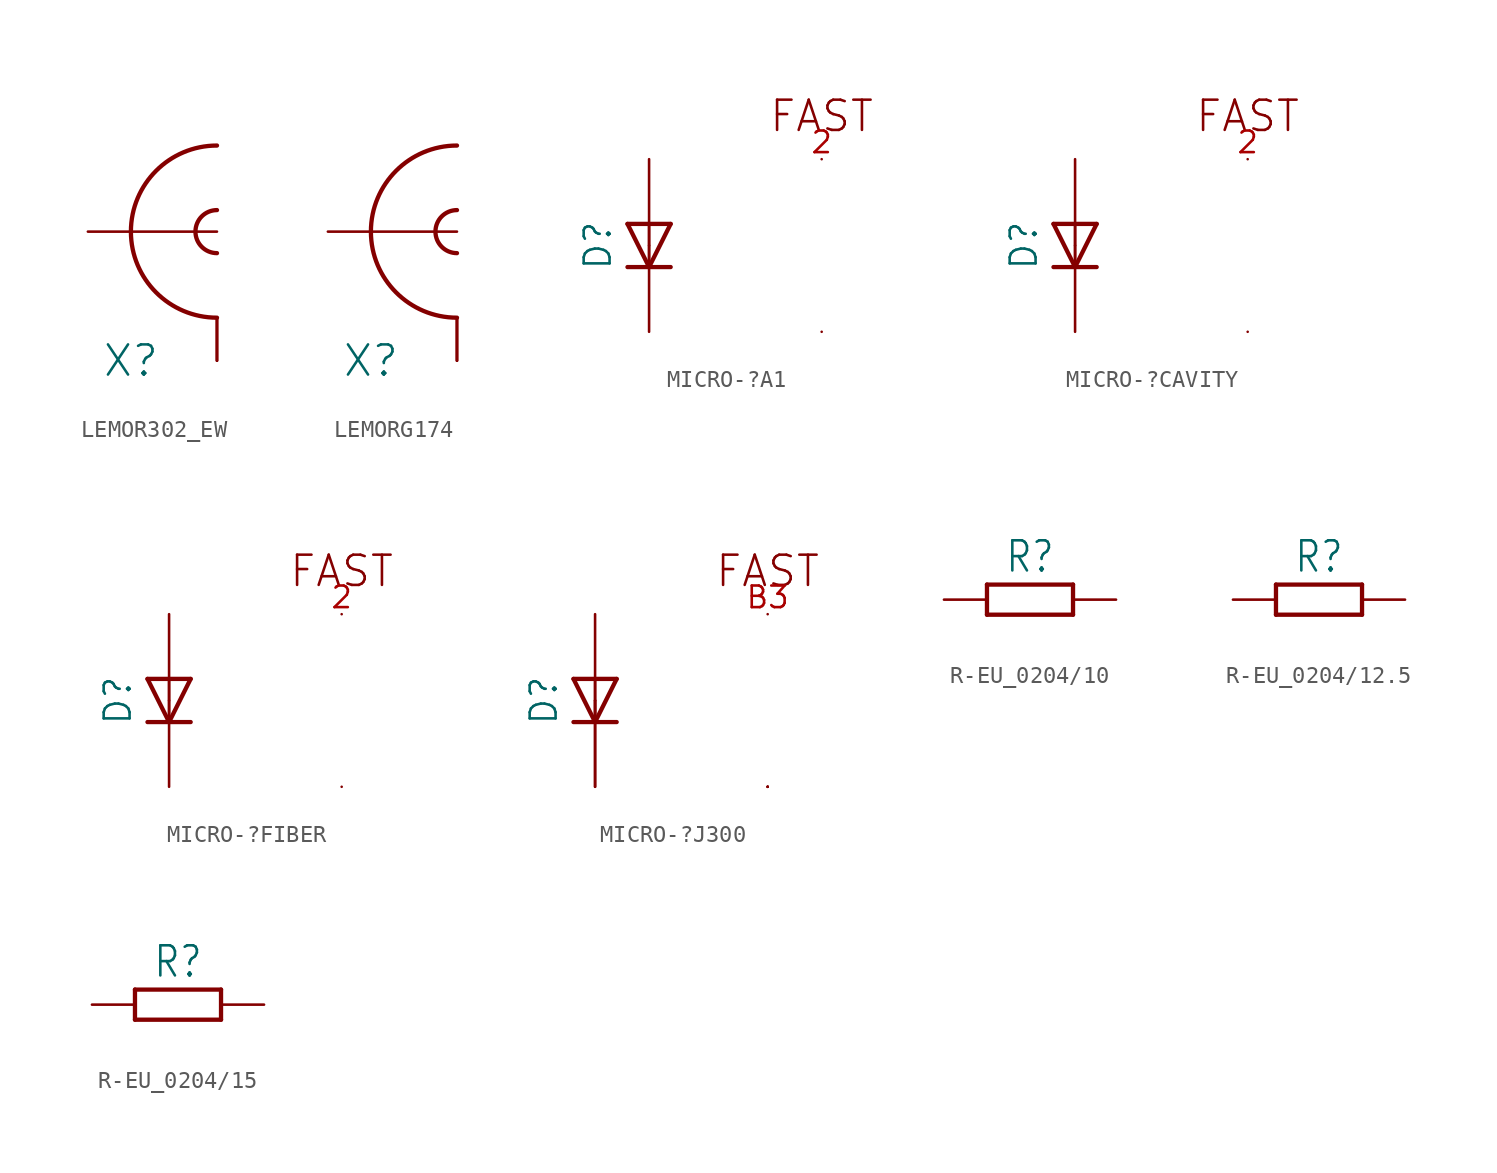
<source format=kicad_sym>
(kicad_symbol_lib
  (version 20231120)
  (generator "kicad_symbol_editor")
  (generator_version "8.0")
  (symbol "LEMOR302_EW"
    (property "Reference" "X"
      (at -2.54 -7.62 0)
      (effects (font (size 1.778 1.778))))
    (property "Value" ""
      (at 2.54 7.62 0)
      (effects (font (size 1.778 1.778))))
    (property "ki_locked" ""
      (at 0 0 0)
      (effects (font (size 1.27 1.27))))
    (symbol "LEMOR302_EW_1_0"
      (arc (start 2.54 1.27) (mid 1.27 0) (end 2.54 -1.27) (stroke (width 0.254) (type solid)) (fill (type none)))
      (arc (start 2.54 5.08) (mid -2.54 0) (end 2.54 -5.08) (stroke (width 0.254) (type solid)) (fill (type none)))
      (pin passive line (at -5.08 0 0) (length 7.62) (name "INNER" (effects (font (size 0 0)))) (number "1" (effects (font (size 0 0)))))
      (pin passive line (at 2.54 -7.62 90) (length 2.54) (name "SHIELD@2" (effects (font (size 0 0)))) (number "GND@1" (effects (font (size 0 0)))))
      (pin passive line (at 2.54 -7.62 90) (length 2.54) (name "SHIELD@2" (effects (font (size 0 0)))) (number "GND@2" (effects (font (size 0 0)))))
      (pin passive line (at 2.54 -7.62 90) (length 2.54) (name "SHIELD@2" (effects (font (size 0 0)))) (number "GND@3" (effects (font (size 0 0)))))))
  (symbol "LEMORG174"
    (property "Reference" "X"
      (at -2.54 -7.62 0)
      (effects (font (size 1.778 1.778))))
    (property "Value" ""
      (at 2.54 7.62 0)
      (effects (font (size 1.778 1.778))))
    (property "ki_locked" ""
      (at 0 0 0)
      (effects (font (size 1.27 1.27))))
    (symbol "LEMORG174_1_0"
      (arc (start 2.54 1.27) (mid 1.27 0) (end 2.54 -1.27) (stroke (width 0.254) (type solid)) (fill (type none)))
      (arc (start 2.54 5.08) (mid -2.54 0) (end 2.54 -5.08) (stroke (width 0.254) (type solid)) (fill (type none)))
      (pin passive line (at -5.08 0 0) (length 7.62) (name "INNER" (effects (font (size 0 0)))) (number "1" (effects (font (size 0 0)))))
      (pin passive line (at 2.54 -7.62 90) (length 2.54) (name "SHIELD@2" (effects (font (size 0 0)))) (number "P$1" (effects (font (size 0 0)))))
      (pin passive line (at 2.54 -7.62 90) (length 2.54) (name "SHIELD@2" (effects (font (size 0 0)))) (number "P$2" (effects (font (size 0 0)))))
      (pin passive line (at 2.54 -7.62 90) (length 2.54) (name "SHIELD@2" (effects (font (size 0 0)))) (number "SHIELD" (effects (font (size 0 0)))))))
  (symbol "MICRO-?A1"
    (property "Reference" "D"
      (at -3.023 0 90)
      (effects (font (size 1.524 1.524))))
    (property "Value" ""
      (at 4.597 0 90)
      (effects (font (size 1.524 1.524))))
    (property "ki_locked" ""
      (at 0 0 0)
      (effects (font (size 1.27 1.27))))
    (symbol "MICRO-?A1_1_0"
      (polyline (pts (xy -1.27 1.27) (xy 0 -1.27)) (stroke (width 0.254) (type solid)) (fill (type none)))
      (polyline (pts (xy 0 -1.27) (xy -1.27 -1.27)) (stroke (width 0.254) (type solid)) (fill (type none)))
      (polyline (pts (xy 0 -1.27) (xy 1.27 1.27)) (stroke (width 0.254) (type solid)) (fill (type none)))
      (polyline (pts (xy 0 1.27) (xy -1.27 1.27)) (stroke (width 0.254) (type solid)) (fill (type none)))
      (polyline (pts (xy 0 1.27) (xy 0 -1.27)) (stroke (width 0.152) (type solid)) (fill (type none)))
      (polyline (pts (xy 1.27 -1.27) (xy 0 -1.27)) (stroke (width 0.254) (type solid)) (fill (type none)))
      (polyline (pts (xy 1.27 1.27) (xy 0 1.27)) (stroke (width 0.254) (type solid)) (fill (type none)))
      (text "FAST" (at 10.16 7.62 0) (effects (font (size 1.778 1.778))))
      (pin passive line (at 0 5.08 270) (length 5.08) (name "A" (effects (font (size 0 0)))) (number "1" (effects (font (size 0 0)))))
      (pin passive line (at 10.16 5.08 0) (length 0) (name "FAST" (effects (font (size 0 0)))) (number "2" (effects (font (size 1.27 1.27)))))
      (pin passive line (at 0 -5.08 90) (length 5.08) (name "K" (effects (font (size 0 0)))) (number "3" (effects (font (size 0 0)))))
      (pin passive line (at 10.16 -5.08 0) (length 0) (name "NC" (effects (font (size 0 0)))) (number "4" (effects (font (size 0 0)))))))
  (symbol "MICRO-?CAVITY"
    (property "Reference" "D"
      (at -3.023 0 90)
      (effects (font (size 1.524 1.524))))
    (property "Value" ""
      (at 4.597 0 90)
      (effects (font (size 1.524 1.524))))
    (property "ki_locked" ""
      (at 0 0 0)
      (effects (font (size 1.27 1.27))))
    (symbol "MICRO-?CAVITY_1_0"
      (polyline (pts (xy -1.27 1.27) (xy 0 -1.27)) (stroke (width 0.254) (type solid)) (fill (type none)))
      (polyline (pts (xy 0 -1.27) (xy -1.27 -1.27)) (stroke (width 0.254) (type solid)) (fill (type none)))
      (polyline (pts (xy 0 -1.27) (xy 1.27 1.27)) (stroke (width 0.254) (type solid)) (fill (type none)))
      (polyline (pts (xy 0 1.27) (xy -1.27 1.27)) (stroke (width 0.254) (type solid)) (fill (type none)))
      (polyline (pts (xy 0 1.27) (xy 0 -1.27)) (stroke (width 0.152) (type solid)) (fill (type none)))
      (polyline (pts (xy 1.27 -1.27) (xy 0 -1.27)) (stroke (width 0.254) (type solid)) (fill (type none)))
      (polyline (pts (xy 1.27 1.27) (xy 0 1.27)) (stroke (width 0.254) (type solid)) (fill (type none)))
      (text "FAST" (at 10.16 7.62 0) (effects (font (size 1.778 1.778))))
      (pin passive line (at 0 5.08 270) (length 5.08) (name "A" (effects (font (size 0 0)))) (number "1" (effects (font (size 0 0)))))
      (pin passive line (at 10.16 5.08 0) (length 0) (name "FAST" (effects (font (size 0 0)))) (number "2" (effects (font (size 1.27 1.27)))))
      (pin passive line (at 0 -5.08 90) (length 5.08) (name "K" (effects (font (size 0 0)))) (number "3" (effects (font (size 0 0)))))
      (pin passive line (at 10.16 -5.08 0) (length 0) (name "NC" (effects (font (size 0 0)))) (number "4" (effects (font (size 0 0)))))))
  (symbol "MICRO-?FIBER"
    (property "Reference" "D"
      (at -3.023 0 90)
      (effects (font (size 1.524 1.524))))
    (property "Value" ""
      (at 4.597 0 90)
      (effects (font (size 1.524 1.524))))
    (property "ki_locked" ""
      (at 0 0 0)
      (effects (font (size 1.27 1.27))))
    (symbol "MICRO-?FIBER_1_0"
      (polyline (pts (xy -1.27 1.27) (xy 0 -1.27)) (stroke (width 0.254) (type solid)) (fill (type none)))
      (polyline (pts (xy 0 -1.27) (xy -1.27 -1.27)) (stroke (width 0.254) (type solid)) (fill (type none)))
      (polyline (pts (xy 0 -1.27) (xy 1.27 1.27)) (stroke (width 0.254) (type solid)) (fill (type none)))
      (polyline (pts (xy 0 1.27) (xy -1.27 1.27)) (stroke (width 0.254) (type solid)) (fill (type none)))
      (polyline (pts (xy 0 1.27) (xy 0 -1.27)) (stroke (width 0.152) (type solid)) (fill (type none)))
      (polyline (pts (xy 1.27 -1.27) (xy 0 -1.27)) (stroke (width 0.254) (type solid)) (fill (type none)))
      (polyline (pts (xy 1.27 1.27) (xy 0 1.27)) (stroke (width 0.254) (type solid)) (fill (type none)))
      (text "FAST" (at 10.16 7.62 0) (effects (font (size 1.778 1.778))))
      (pin passive line (at 0 5.08 270) (length 5.08) (name "A" (effects (font (size 0 0)))) (number "1" (effects (font (size 0 0)))))
      (pin passive line (at 10.16 5.08 0) (length 0) (name "FAST" (effects (font (size 0 0)))) (number "2" (effects (font (size 1.27 1.27)))))
      (pin passive line (at 0 -5.08 90) (length 5.08) (name "K" (effects (font (size 0 0)))) (number "3" (effects (font (size 0 0)))))
      (pin passive line (at 10.16 -5.08 0) (length 0) (name "NC" (effects (font (size 0 0)))) (number "4" (effects (font (size 0 0)))))))
  (symbol "MICRO-?J300"
    (property "Reference" "D"
      (at -3.023 0 90)
      (effects (font (size 1.524 1.524))))
    (property "Value" ""
      (at 4.597 0 90)
      (effects (font (size 1.524 1.524))))
    (property "ki_locked" ""
      (at 0 0 0)
      (effects (font (size 1.27 1.27))))
    (symbol "MICRO-?J300_1_0"
      (polyline (pts (xy -1.27 1.27) (xy 0 -1.27)) (stroke (width 0.254) (type solid)) (fill (type none)))
      (polyline (pts (xy 0 -1.27) (xy -1.27 -1.27)) (stroke (width 0.254) (type solid)) (fill (type none)))
      (polyline (pts (xy 0 -1.27) (xy 1.27 1.27)) (stroke (width 0.254) (type solid)) (fill (type none)))
      (polyline (pts (xy 0 1.27) (xy -1.27 1.27)) (stroke (width 0.254) (type solid)) (fill (type none)))
      (polyline (pts (xy 0 1.27) (xy 0 -1.27)) (stroke (width 0.152) (type solid)) (fill (type none)))
      (polyline (pts (xy 1.27 -1.27) (xy 0 -1.27)) (stroke (width 0.254) (type solid)) (fill (type none)))
      (polyline (pts (xy 1.27 1.27) (xy 0 1.27)) (stroke (width 0.254) (type solid)) (fill (type none)))
      (text "FAST" (at 10.16 7.62 0) (effects (font (size 1.778 1.778))))
      (pin passive line (at 0 -5.08 90) (length 5.08) (name "K" (effects (font (size 0 0)))) (number "A1" (effects (font (size 0 0)))))
      (pin passive line (at 10.16 -5.08 0) (length 0) (name "NC" (effects (font (size 0 0)))) (number "A2" (effects (font (size 0 0)))))
      (pin passive line (at 10.16 -5.08 0) (length 0) (name "NC" (effects (font (size 0 0)))) (number "A3" (effects (font (size 0 0)))))
      (pin passive line (at 0 5.08 270) (length 5.08) (name "A" (effects (font (size 0 0)))) (number "B1" (effects (font (size 0 0)))))
      (pin passive line (at 10.16 5.08 0) (length 0) (name "FAST" (effects (font (size 0 0)))) (number "B3" (effects (font (size 1.27 1.27)))))
      (pin passive line (at 10.16 -5.08 0) (length 0) (name "NC" (effects (font (size 0 0)))) (number "C1" (effects (font (size 0 0)))))
      (pin passive line (at 10.16 -5.08 0) (length 0) (name "NC" (effects (font (size 0 0)))) (number "C2" (effects (font (size 0 0)))))
      (pin passive line (at 0 -5.08 90) (length 5.08) (name "K" (effects (font (size 0 0)))) (number "C3" (effects (font (size 0 0)))))))
  (symbol "R-EU_0204/10"
    (property "Reference" "R"
      (at 0 2.54 0)
      (effects (font (size 1.778 1.511))))
    (property "Value" ""
      (at 0 -2.54 0)
      (effects (font (size 1.778 1.511))))
    (property "ki_locked" ""
      (at 0 0 0)
      (effects (font (size 1.27 1.27))))
    (symbol "R-EU_0204/10_1_0"
      (polyline (pts (xy -2.54 -0.889) (xy -2.54 0.889)) (stroke (width 0.254) (type solid)) (fill (type none)))
      (polyline (pts (xy -2.54 -0.889) (xy 2.54 -0.889)) (stroke (width 0.254) (type solid)) (fill (type none)))
      (polyline (pts (xy 2.54 -0.889) (xy 2.54 0.889)) (stroke (width 0.254) (type solid)) (fill (type none)))
      (polyline (pts (xy 2.54 0.889) (xy -2.54 0.889)) (stroke (width 0.254) (type solid)) (fill (type none)))
      (pin passive line (at -5.08 0 0) (length 2.54) (name "1" (effects (font (size 0 0)))) (number "1" (effects (font (size 0 0)))))
      (pin passive line (at 5.08 0 180) (length 2.54) (name "2" (effects (font (size 0 0)))) (number "2" (effects (font (size 0 0)))))))
  (symbol "R-EU_0204/12.5"
    (property "Reference" "R"
      (at 0 2.54 0)
      (effects (font (size 1.778 1.511))))
    (property "Value" ""
      (at 0 -2.54 0)
      (effects (font (size 1.778 1.511))))
    (property "ki_locked" ""
      (at 0 0 0)
      (effects (font (size 1.27 1.27))))
    (symbol "R-EU_0204/12.5_1_0"
      (polyline (pts (xy -2.54 -0.889) (xy -2.54 0.889)) (stroke (width 0.254) (type solid)) (fill (type none)))
      (polyline (pts (xy -2.54 -0.889) (xy 2.54 -0.889)) (stroke (width 0.254) (type solid)) (fill (type none)))
      (polyline (pts (xy 2.54 -0.889) (xy 2.54 0.889)) (stroke (width 0.254) (type solid)) (fill (type none)))
      (polyline (pts (xy 2.54 0.889) (xy -2.54 0.889)) (stroke (width 0.254) (type solid)) (fill (type none)))
      (pin passive line (at -5.08 0 0) (length 2.54) (name "1" (effects (font (size 0 0)))) (number "1" (effects (font (size 0 0)))))
      (pin passive line (at 5.08 0 180) (length 2.54) (name "2" (effects (font (size 0 0)))) (number "2" (effects (font (size 0 0)))))))
  (symbol "R-EU_0204/15"
    (property "Reference" "R"
      (at 0 2.54 0)
      (effects (font (size 1.778 1.511))))
    (property "Value" ""
      (at 0 -2.54 0)
      (effects (font (size 1.778 1.511))))
    (property "ki_locked" ""
      (at 0 0 0)
      (effects (font (size 1.27 1.27))))
    (symbol "R-EU_0204/15_1_0"
      (polyline (pts (xy -2.54 -0.889) (xy -2.54 0.889)) (stroke (width 0.254) (type solid)) (fill (type none)))
      (polyline (pts (xy -2.54 -0.889) (xy 2.54 -0.889)) (stroke (width 0.254) (type solid)) (fill (type none)))
      (polyline (pts (xy 2.54 -0.889) (xy 2.54 0.889)) (stroke (width 0.254) (type solid)) (fill (type none)))
      (polyline (pts (xy 2.54 0.889) (xy -2.54 0.889)) (stroke (width 0.254) (type solid)) (fill (type none)))
      (pin passive line (at -5.08 0 0) (length 2.54) (name "1" (effects (font (size 0 0)))) (number "1" (effects (font (size 0 0)))))
      (pin passive line (at 5.08 0 180) (length 2.54) (name "2" (effects (font (size 0 0)))) (number "2" (effects (font (size 0 0))))))))
</source>
